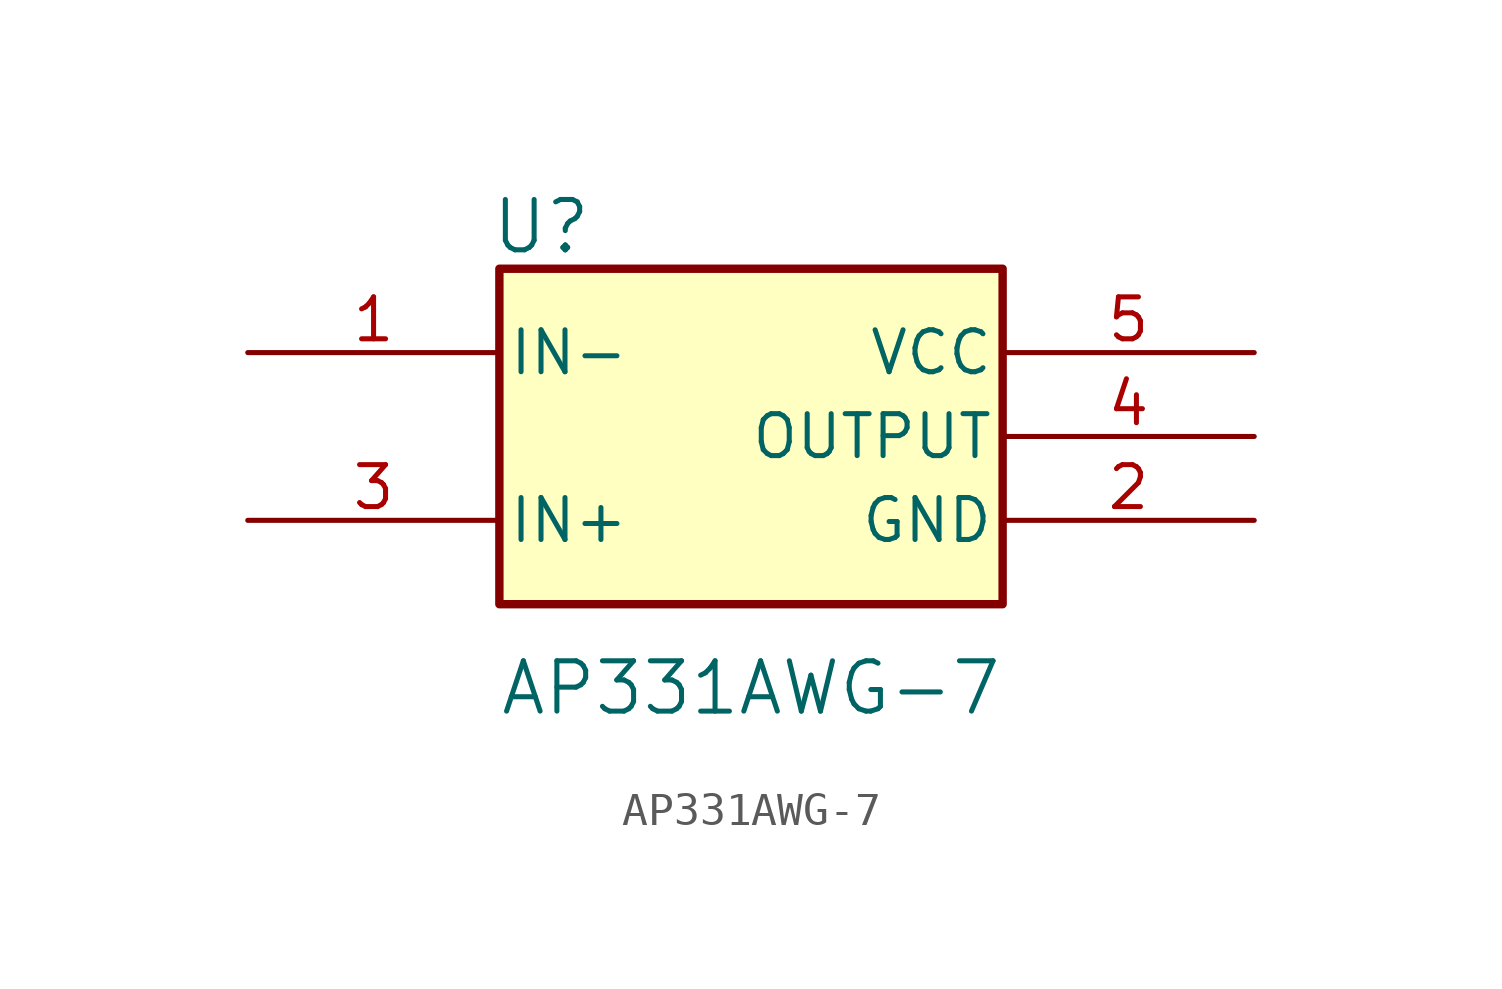
<source format=kicad_sym>
(kicad_symbol_lib
  (version 20220914)
  (generator kicad_symbol_editor)
  (symbol "AP331AWG-7"
    (pin_names
      (offset 0.254))
    (property "Reference" "U"
      (at 8.89 3.81 0)
      (effects (font (size 1.524 1.524))))
    (property "Value" "AP331AWG-7"
      (at 15.24 -10.16 0)
      (effects (font (size 1.524 1.524))))
    (property "ki_locked" ""
      (at 0 0 0)
      (effects (font (size 1.27 1.27))))
    (symbol "AP331AWG-7_0_0"
      (rectangle (start 7.62 2.54) (end 22.86 -7.62) (stroke (width 0.254) (type default)) (fill (type background))))
    (symbol "AP331AWG-7_0_1"
      (pin input line (at 0 0 0) (length 7.62) (name "IN-" (effects (font (size 1.27 1.27)))) (number "1" (effects (font (size 1.27 1.27)))))
      (pin power_in line (at 30.48 -5.08 180) (length 7.62) (name "GND" (effects (font (size 1.27 1.27)))) (number "2" (effects (font (size 1.27 1.27)))))
      (pin input line (at 0 -5.08 0) (length 7.62) (name "IN+" (effects (font (size 1.27 1.27)))) (number "3" (effects (font (size 1.27 1.27)))))
      (pin output line (at 30.48 -2.54 180) (length 7.62) (name "OUTPUT" (effects (font (size 1.27 1.27)))) (number "4" (effects (font (size 1.27 1.27)))))
      (pin power_in line (at 30.48 0 180) (length 7.62) (name "VCC" (effects (font (size 1.27 1.27)))) (number "5" (effects (font (size 1.27 1.27))))))))
</source>
